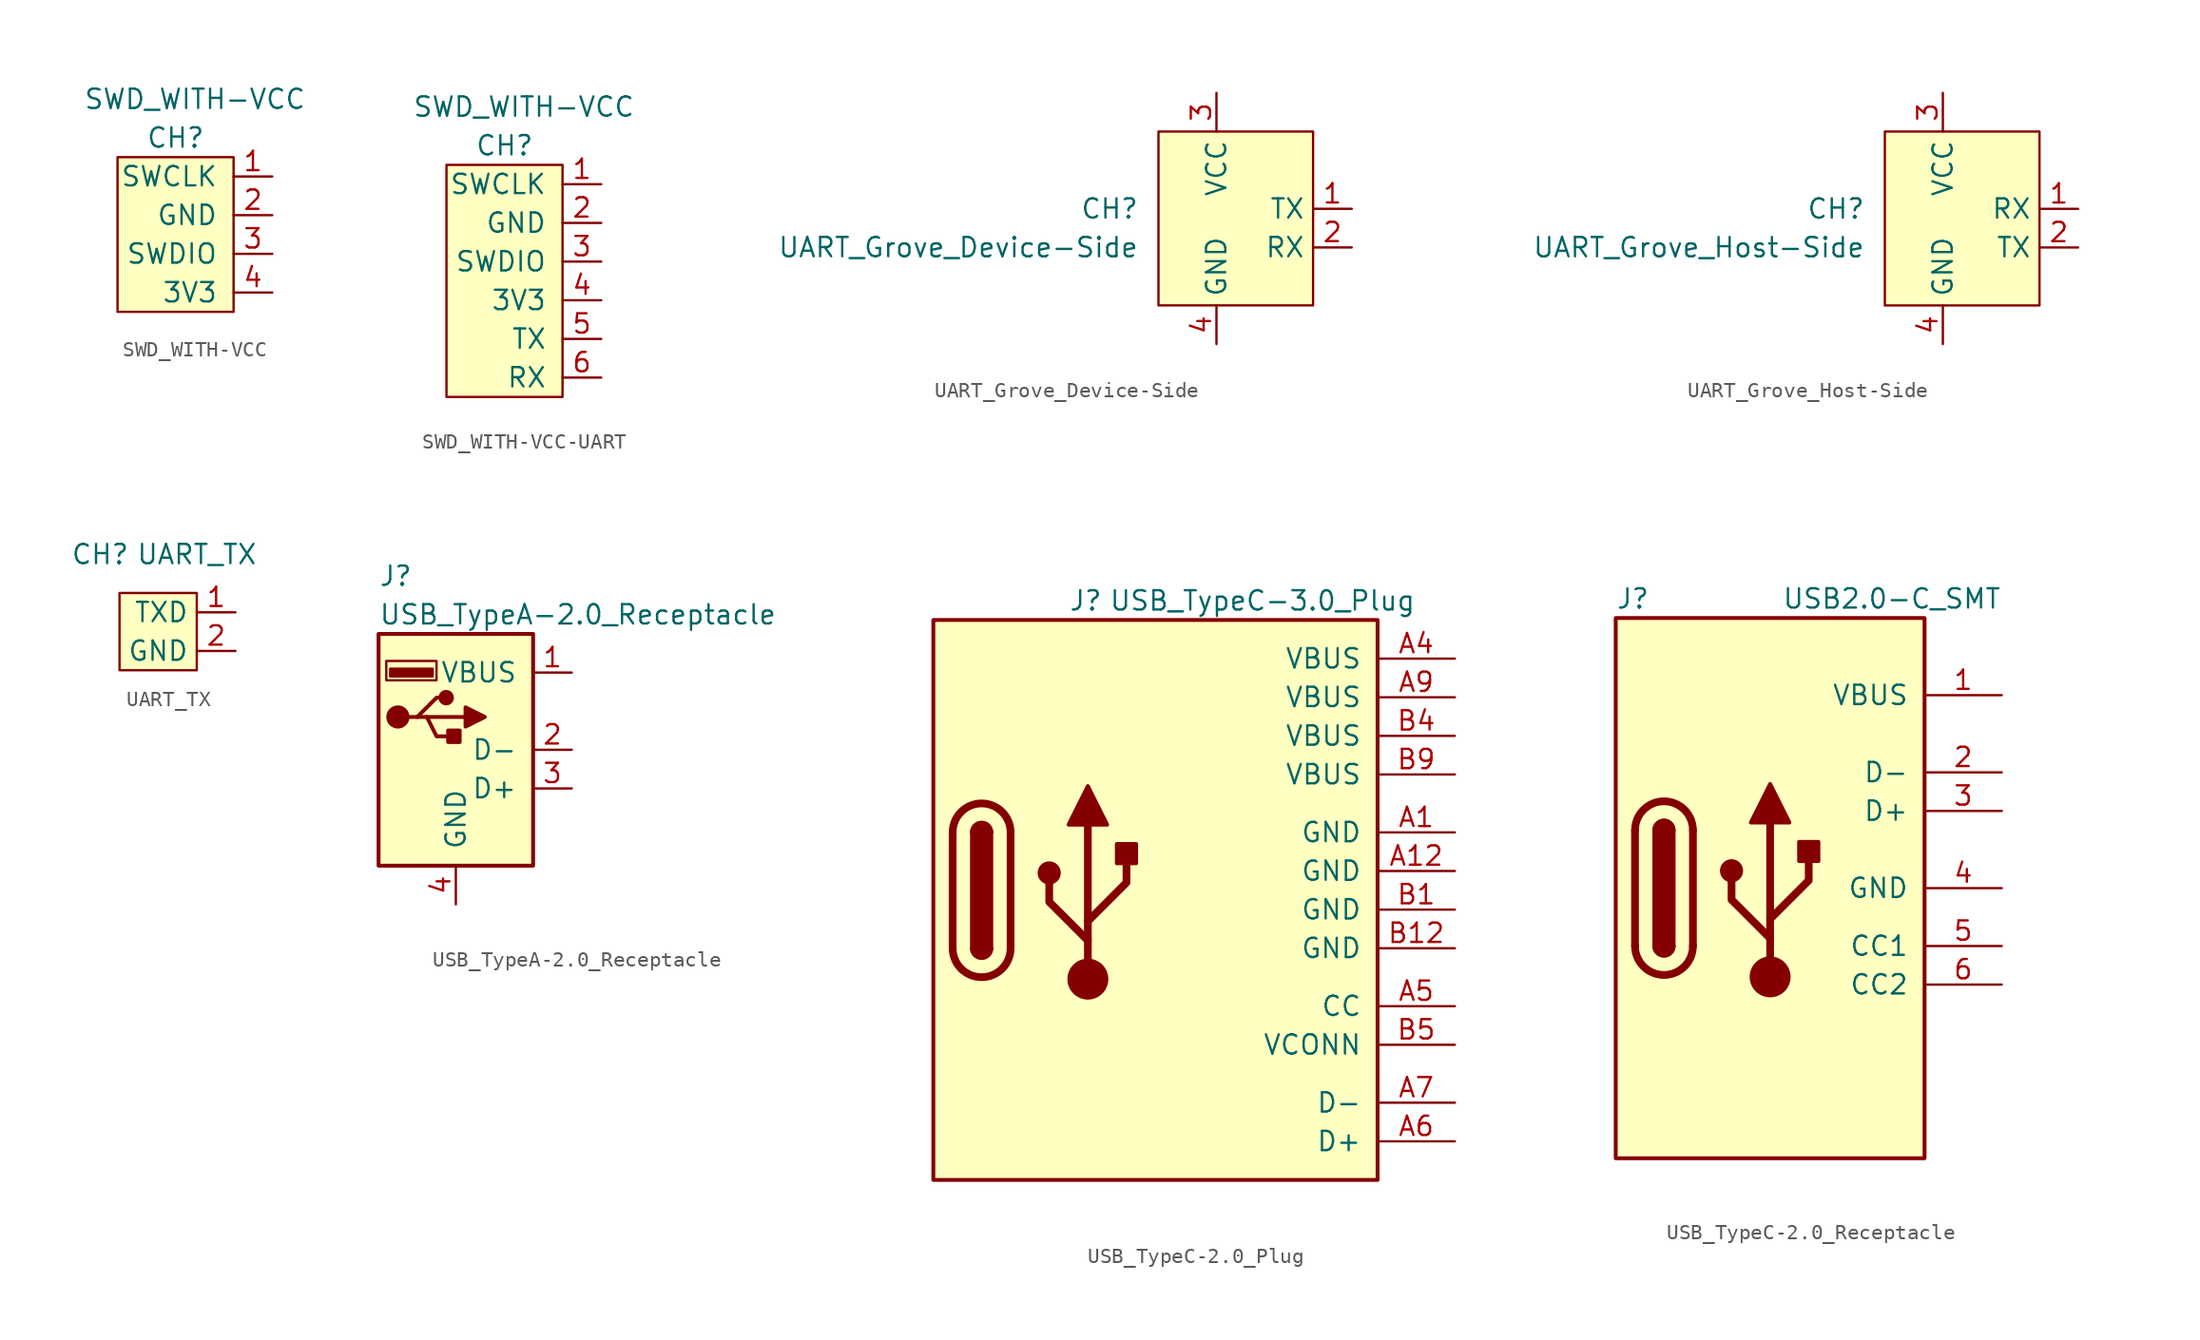
<source format=kicad_sym>
(kicad_symbol_lib
  (version 20220914)
  (generator kicad_symbol_editor)
  (symbol "SWD_WITH-VCC"
    (pin_names
      (offset 1.016))
    (property "Reference" "CH"
      (at 0 7.62 0)
      (effects (font (size 1.27 1.27))))
    (property "Value" "SWD_WITH-VCC"
      (at 1.27 10.16 0)
      (effects (font (size 1.27 1.27))))
    (symbol "SWD_WITH-VCC_0_1"
      (rectangle (start -3.81 6.35) (end 3.81 -3.81) (stroke (width 0) (type default)) (fill (type background))))
    (symbol "SWD_WITH-VCC_1_1"
      (pin input line (at 6.35 5.08 180) (length 2.54) (name "SWCLK" (effects (font (size 1.27 1.27)))) (number "1" (effects (font (size 1.27 1.27)))))
      (pin power_in line (at 6.35 2.54 180) (length 2.54) (name "GND" (effects (font (size 1.27 1.27)))) (number "2" (effects (font (size 1.27 1.27)))))
      (pin input line (at 6.35 0 180) (length 2.54) (name "SWDIO" (effects (font (size 1.27 1.27)))) (number "3" (effects (font (size 1.27 1.27)))))
      (pin power_in line (at 6.35 -2.54 180) (length 2.54) (name "3V3" (effects (font (size 1.27 1.27)))) (number "4" (effects (font (size 1.27 1.27)))))))
  (symbol "SWD_WITH-VCC-UART"
    (pin_names
      (offset 1.016))
    (property "Reference" "CH"
      (at 0 7.62 0)
      (effects (font (size 1.27 1.27))))
    (property "Value" "SWD_WITH-VCC"
      (at 1.27 10.16 0)
      (effects (font (size 1.27 1.27))))
    (symbol "SWD_WITH-VCC-UART_0_1"
      (rectangle (start -3.81 6.35) (end 3.81 -8.89) (stroke (width 0) (type default)) (fill (type background))))
    (symbol "SWD_WITH-VCC-UART_1_1"
      (pin input line (at 6.35 5.08 180) (length 2.54) (name "SWCLK" (effects (font (size 1.27 1.27)))) (number "1" (effects (font (size 1.27 1.27)))))
      (pin power_in line (at 6.35 2.54 180) (length 2.54) (name "GND" (effects (font (size 1.27 1.27)))) (number "2" (effects (font (size 1.27 1.27)))))
      (pin input line (at 6.35 0 180) (length 2.54) (name "SWDIO" (effects (font (size 1.27 1.27)))) (number "3" (effects (font (size 1.27 1.27)))))
      (pin power_in line (at 6.35 -2.54 180) (length 2.54) (name "3V3" (effects (font (size 1.27 1.27)))) (number "4" (effects (font (size 1.27 1.27)))))
      (pin input line (at 6.35 -5.08 180) (length 2.54) (name "TX" (effects (font (size 1.27 1.27)))) (number "5" (effects (font (size 1.27 1.27)))))
      (pin output line (at 6.35 -7.62 180) (length 2.54) (name "RX" (effects (font (size 1.27 1.27)))) (number "6" (effects (font (size 1.27 1.27)))))))
  (symbol "UART_Grove_Device-Side"
    (property "Reference" "CH"
      (at -7.62 1.27 0)
      (effects (font (size 1.27 1.27)) (justify right)))
    (property "Value" "UART_Grove_Device-Side"
      (at -7.62 -1.27 0)
      (effects (font (size 1.27 1.27)) (justify right)))
    (symbol "UART_Grove_Device-Side_0_1"
      (rectangle (start -6.35 6.35) (end 3.81 -5.08) (stroke (width 0.152) (type default)) (fill (type background))))
    (symbol "UART_Grove_Device-Side_1_1"
      (pin output line (at 6.35 1.27 180) (length 2.54) (name "TX" (effects (font (size 1.27 1.27)))) (number "1" (effects (font (size 1.27 1.27)))))
      (pin input line (at 6.35 -1.27 180) (length 2.54) (name "RX" (effects (font (size 1.27 1.27)))) (number "2" (effects (font (size 1.27 1.27)))))
      (pin power_out line (at -2.54 8.89 270) (length 2.54) (name "VCC" (effects (font (size 1.27 1.27)))) (number "3" (effects (font (size 1.27 1.27)))))
      (pin power_out line (at -2.54 -7.62 90) (length 2.54) (name "GND" (effects (font (size 1.27 1.27)))) (number "4" (effects (font (size 1.27 1.27)))))))
  (symbol "UART_Grove_Host-Side"
    (property "Reference" "CH"
      (at -7.62 1.27 0)
      (effects (font (size 1.27 1.27)) (justify right)))
    (property "Value" "UART_Grove_Host-Side"
      (at -7.62 -1.27 0)
      (effects (font (size 1.27 1.27)) (justify right)))
    (symbol "UART_Grove_Host-Side_0_1"
      (rectangle (start -6.35 6.35) (end 3.81 -5.08) (stroke (width 0.152) (type default)) (fill (type background))))
    (symbol "UART_Grove_Host-Side_1_1"
      (pin input line (at 6.35 1.27 180) (length 2.54) (name "RX" (effects (font (size 1.27 1.27)))) (number "1" (effects (font (size 1.27 1.27)))))
      (pin output line (at 6.35 -1.27 180) (length 2.54) (name "TX" (effects (font (size 1.27 1.27)))) (number "2" (effects (font (size 1.27 1.27)))))
      (pin power_in line (at -2.54 8.89 270) (length 2.54) (name "VCC" (effects (font (size 1.27 1.27)))) (number "3" (effects (font (size 1.27 1.27)))))
      (pin power_in line (at -2.54 -7.62 90) (length 2.54) (name "GND" (effects (font (size 1.27 1.27)))) (number "4" (effects (font (size 1.27 1.27)))))))
  (symbol "UART_TX"
    (property "Reference" "CH"
      (at -3.81 5.08 0)
      (effects (font (size 1.27 1.27))))
    (property "Value" "UART_TX"
      (at 2.54 5.08 0)
      (effects (font (size 1.27 1.27))))
    (symbol "UART_TX_0_1"
      (rectangle (start -2.54 2.54) (end 2.54 -2.54) (stroke (width 0.152) (type default)) (fill (type background))))
    (symbol "UART_TX_1_1"
      (pin bidirectional line (at 5.08 1.27 180) (length 2.54) (name "TXD" (effects (font (size 1.27 1.27)))) (number "1" (effects (font (size 1.27 1.27)))))
      (pin power_in line (at 5.08 -1.27 180) (length 2.54) (name "GND" (effects (font (size 1.27 1.27)))) (number "2" (effects (font (size 1.27 1.27)))))))
  (symbol "USB_TypeA-2.0_Receptacle"
    (pin_names
      (offset 1.016))
    (property "Reference" "J"
      (at -5.08 11.43 0)
      (effects (font (size 1.27 1.27)) (justify left)))
    (property "Value" "USB_TypeA-2.0_Receptacle"
      (at -5.08 8.89 0)
      (effects (font (size 1.27 1.27)) (justify left)))
    (symbol "USB_TypeA-2.0_Receptacle_0_1"
      (rectangle (start -5.08 -7.62) (end 5.08 7.62) (stroke (width 0.254) (type default)) (fill (type background)))
      (circle (center -3.81 2.159) (radius 0.635) (stroke (width 0.254) (type default)) (fill (type outline)))
      (rectangle (start -1.524 4.826) (end -4.318 5.334) (stroke (width 0) (type default)) (fill (type outline)))
      (rectangle (start -1.27 4.572) (end -4.572 5.842) (stroke (width 0) (type default)) (fill (type none)))
      (circle (center -0.635 3.429) (radius 0.381) (stroke (width 0.254) (type default)) (fill (type outline)))
      (polyline (pts (xy -3.175 2.159) (xy -2.54 2.159) (xy -1.27 3.429) (xy -0.635 3.429)) (stroke (width 0.254) (type default)) (fill (type none)))
      (polyline (pts (xy -2.54 2.159) (xy -1.905 2.159) (xy -1.27 0.889) (xy 0 0.889)) (stroke (width 0.254) (type default)) (fill (type none)))
      (polyline (pts (xy 0.635 2.794) (xy 0.635 1.524) (xy 1.905 2.159) (xy 0.635 2.794)) (stroke (width 0.254) (type default)) (fill (type outline)))
      (rectangle (start 0.254 1.27) (end -0.508 0.508) (stroke (width 0.254) (type default)) (fill (type outline))))
    (symbol "USB_TypeA-2.0_Receptacle_1_1"
      (polyline (pts (xy -1.905 2.159) (xy 0.635 2.159)) (stroke (width 0.254) (type default)) (fill (type none)))
      (pin power_in line (at 7.62 5.08 180) (length 2.54) (name "VBUS" (effects (font (size 1.27 1.27)))) (number "1" (effects (font (size 1.27 1.27)))))
      (pin bidirectional line (at 7.62 0 180) (length 2.54) (name "D-" (effects (font (size 1.27 1.27)))) (number "2" (effects (font (size 1.27 1.27)))))
      (pin bidirectional line (at 7.62 -2.54 180) (length 2.54) (name "D+" (effects (font (size 1.27 1.27)))) (number "3" (effects (font (size 1.27 1.27)))))
      (pin power_in line (at 0 -10.16 90) (length 2.54) (name "GND" (effects (font (size 1.27 1.27)))) (number "4" (effects (font (size 1.27 1.27)))))))
  (symbol "USB_TypeC-2.0_Plug"
    (pin_names
      (offset 1.016))
    (property "Reference" "J"
      (at -10.16 19.05 0)
      (effects (font (size 1.27 1.27)) (justify left)))
    (property "Value" "USB_TypeC-3.0_Plug"
      (at 12.7 19.05 0)
      (effects (font (size 1.27 1.27)) (justify right)))
    (symbol "USB_TypeC-2.0_Plug_0_1"
      (rectangle (start -19.05 17.78) (end 10.16 -19.05) (stroke (width 0.254) (type default)) (fill (type background)))
      (arc (start -17.78 -3.81) (mid -15.875 -5.7067) (end -13.97 -3.81) (stroke (width 0.508) (type default)) (fill (type none)))
      (arc (start -16.51 -3.81) (mid -15.875 -4.4423) (end -15.24 -3.81) (stroke (width 0.254) (type default)) (fill (type none)))
      (arc (start -16.51 -3.81) (mid -15.875 -4.4423) (end -15.24 -3.81) (stroke (width 0.254) (type default)) (fill (type outline)))
      (rectangle (start -16.51 -3.81) (end -15.24 3.81) (stroke (width 0.254) (type default)) (fill (type outline)))
      (arc (start -15.24 3.81) (mid -15.875 4.4423) (end -16.51 3.81) (stroke (width 0.254) (type default)) (fill (type none)))
      (arc (start -15.24 3.81) (mid -15.875 4.4423) (end -16.51 3.81) (stroke (width 0.254) (type default)) (fill (type outline)))
      (arc (start -13.97 3.81) (mid -15.875 5.7067) (end -17.78 3.81) (stroke (width 0.508) (type default)) (fill (type none)))
      (circle (center -11.43 1.143) (radius 0.635) (stroke (width 0.254) (type default)) (fill (type outline)))
      (circle (center -8.89 -5.842) (radius 1.27) (stroke (width 0) (type default)) (fill (type outline)))
      (rectangle (start -6.985 1.778) (end -5.715 3.048) (stroke (width 0.254) (type default)) (fill (type outline)))
      (polyline (pts (xy -17.78 -3.81) (xy -17.78 3.81)) (stroke (width 0.508) (type default)) (fill (type none)))
      (polyline (pts (xy -13.97 3.81) (xy -13.97 -3.81)) (stroke (width 0.508) (type default)) (fill (type none)))
      (polyline (pts (xy -8.89 -5.842) (xy -8.89 4.318)) (stroke (width 0.508) (type default)) (fill (type none)))
      (polyline (pts (xy -8.89 -3.302) (xy -11.43 -0.762) (xy -11.43 0.508)) (stroke (width 0.508) (type default)) (fill (type none)))
      (polyline (pts (xy -8.89 -2.032) (xy -6.35 0.508) (xy -6.35 1.778)) (stroke (width 0.508) (type default)) (fill (type none)))
      (polyline (pts (xy -10.16 4.318) (xy -8.89 6.858) (xy -7.62 4.318) (xy -10.16 4.318)) (stroke (width 0.254) (type default)) (fill (type outline))))
    (symbol "USB_TypeC-2.0_Plug_1_1"
      (pin power_in line (at 15.24 3.81 180) (length 5.08) (name "GND" (effects (font (size 1.27 1.27)))) (number "A1" (effects (font (size 1.27 1.27)))))
      (pin power_in line (at 15.24 1.27 180) (length 5.08) (name "GND" (effects (font (size 1.27 1.27)))) (number "A12" (effects (font (size 1.27 1.27)))))
      (pin power_in line (at 15.24 15.24 180) (length 5.08) (name "VBUS" (effects (font (size 1.27 1.27)))) (number "A4" (effects (font (size 1.27 1.27)))))
      (pin passive line (at 15.24 -7.62 180) (length 5.08) (name "CC" (effects (font (size 1.27 1.27)))) (number "A5" (effects (font (size 1.27 1.27)))))
      (pin bidirectional line (at 15.24 -16.51 180) (length 5.08) (name "D+" (effects (font (size 1.27 1.27)))) (number "A6" (effects (font (size 1.27 1.27)))))
      (pin bidirectional line (at 15.24 -13.97 180) (length 5.08) (name "D-" (effects (font (size 1.27 1.27)))) (number "A7" (effects (font (size 1.27 1.27)))))
      (pin power_in line (at 15.24 12.7 180) (length 5.08) (name "VBUS" (effects (font (size 1.27 1.27)))) (number "A9" (effects (font (size 1.27 1.27)))))
      (pin power_in line (at 15.24 -1.27 180) (length 5.08) (name "GND" (effects (font (size 1.27 1.27)))) (number "B1" (effects (font (size 1.27 1.27)))))
      (pin power_in line (at 15.24 -3.81 180) (length 5.08) (name "GND" (effects (font (size 1.27 1.27)))) (number "B12" (effects (font (size 1.27 1.27)))))
      (pin power_in line (at 15.24 10.16 180) (length 5.08) (name "VBUS" (effects (font (size 1.27 1.27)))) (number "B4" (effects (font (size 1.27 1.27)))))
      (pin passive line (at 15.24 -10.16 180) (length 5.08) (name "VCONN" (effects (font (size 1.27 1.27)))) (number "B5" (effects (font (size 1.27 1.27)))))
      (pin power_in line (at 15.24 7.62 180) (length 5.08) (name "VBUS" (effects (font (size 1.27 1.27)))) (number "B9" (effects (font (size 1.27 1.27)))))))
  (symbol "USB_TypeC-2.0_Receptacle"
    (pin_names
      (offset 1.016))
    (property "Reference" "J"
      (at -10.16 19.05 0)
      (effects (font (size 1.27 1.27)) (justify left)))
    (property "Value" "USB2.0-C_SMT"
      (at 15.24 19.05 0)
      (effects (font (size 1.27 1.27)) (justify right)))
    (symbol "USB_TypeC-2.0_Receptacle_0_1"
      (rectangle (start -10.16 17.78) (end 10.16 -17.78) (stroke (width 0.254) (type default)) (fill (type background)))
      (arc (start -8.89 -3.81) (mid -6.985 -5.7067) (end -5.08 -3.81) (stroke (width 0.508) (type default)) (fill (type none)))
      (arc (start -7.62 -3.81) (mid -6.985 -4.4423) (end -6.35 -3.81) (stroke (width 0.254) (type default)) (fill (type none)))
      (arc (start -7.62 -3.81) (mid -6.985 -4.4423) (end -6.35 -3.81) (stroke (width 0.254) (type default)) (fill (type outline)))
      (rectangle (start -7.62 -3.81) (end -6.35 3.81) (stroke (width 0.254) (type default)) (fill (type outline)))
      (arc (start -6.35 3.81) (mid -6.985 4.4423) (end -7.62 3.81) (stroke (width 0.254) (type default)) (fill (type none)))
      (arc (start -6.35 3.81) (mid -6.985 4.4423) (end -7.62 3.81) (stroke (width 0.254) (type default)) (fill (type outline)))
      (arc (start -5.08 3.81) (mid -6.985 5.7067) (end -8.89 3.81) (stroke (width 0.508) (type default)) (fill (type none)))
      (circle (center -2.54 1.143) (radius 0.635) (stroke (width 0.254) (type default)) (fill (type outline)))
      (circle (center 0 -5.842) (radius 1.27) (stroke (width 0) (type default)) (fill (type outline)))
      (polyline (pts (xy -8.89 -3.81) (xy -8.89 3.81)) (stroke (width 0.508) (type default)) (fill (type none)))
      (polyline (pts (xy -5.08 3.81) (xy -5.08 -3.81)) (stroke (width 0.508) (type default)) (fill (type none)))
      (polyline (pts (xy 0 -5.842) (xy 0 4.318)) (stroke (width 0.508) (type default)) (fill (type none)))
      (polyline (pts (xy 0 -3.302) (xy -2.54 -0.762) (xy -2.54 0.508)) (stroke (width 0.508) (type default)) (fill (type none)))
      (polyline (pts (xy 0 -2.032) (xy 2.54 0.508) (xy 2.54 1.778)) (stroke (width 0.508) (type default)) (fill (type none)))
      (polyline (pts (xy -1.27 4.318) (xy 0 6.858) (xy 1.27 4.318) (xy -1.27 4.318)) (stroke (width 0.254) (type default)) (fill (type outline)))
      (rectangle (start 1.905 1.778) (end 3.175 3.048) (stroke (width 0.254) (type default)) (fill (type outline))))
    (symbol "USB_TypeC-2.0_Receptacle_1_1"
      (pin power_out line (at 15.24 12.7 180) (length 5.08) (name "VBUS" (effects (font (size 1.27 1.27)))) (number "1" (effects (font (size 1.27 1.27)))))
      (pin bidirectional line (at 15.24 7.62 180) (length 5.08) (name "D-" (effects (font (size 1.27 1.27)))) (number "2" (effects (font (size 1.27 1.27)))))
      (pin bidirectional line (at 15.24 5.08 180) (length 5.08) (name "D+" (effects (font (size 1.27 1.27)))) (number "3" (effects (font (size 1.27 1.27)))))
      (pin power_out line (at 15.24 0 180) (length 5.08) (name "GND" (effects (font (size 1.27 1.27)))) (number "4" (effects (font (size 1.27 1.27)))))
      (pin input line (at 15.24 -3.81 180) (length 5.08) (name "CC1" (effects (font (size 1.27 1.27)))) (number "5" (effects (font (size 1.27 1.27)))))
      (pin input line (at 15.24 -6.35 180) (length 5.08) (name "CC2" (effects (font (size 1.27 1.27)))) (number "6" (effects (font (size 1.27 1.27))))))))
</source>
